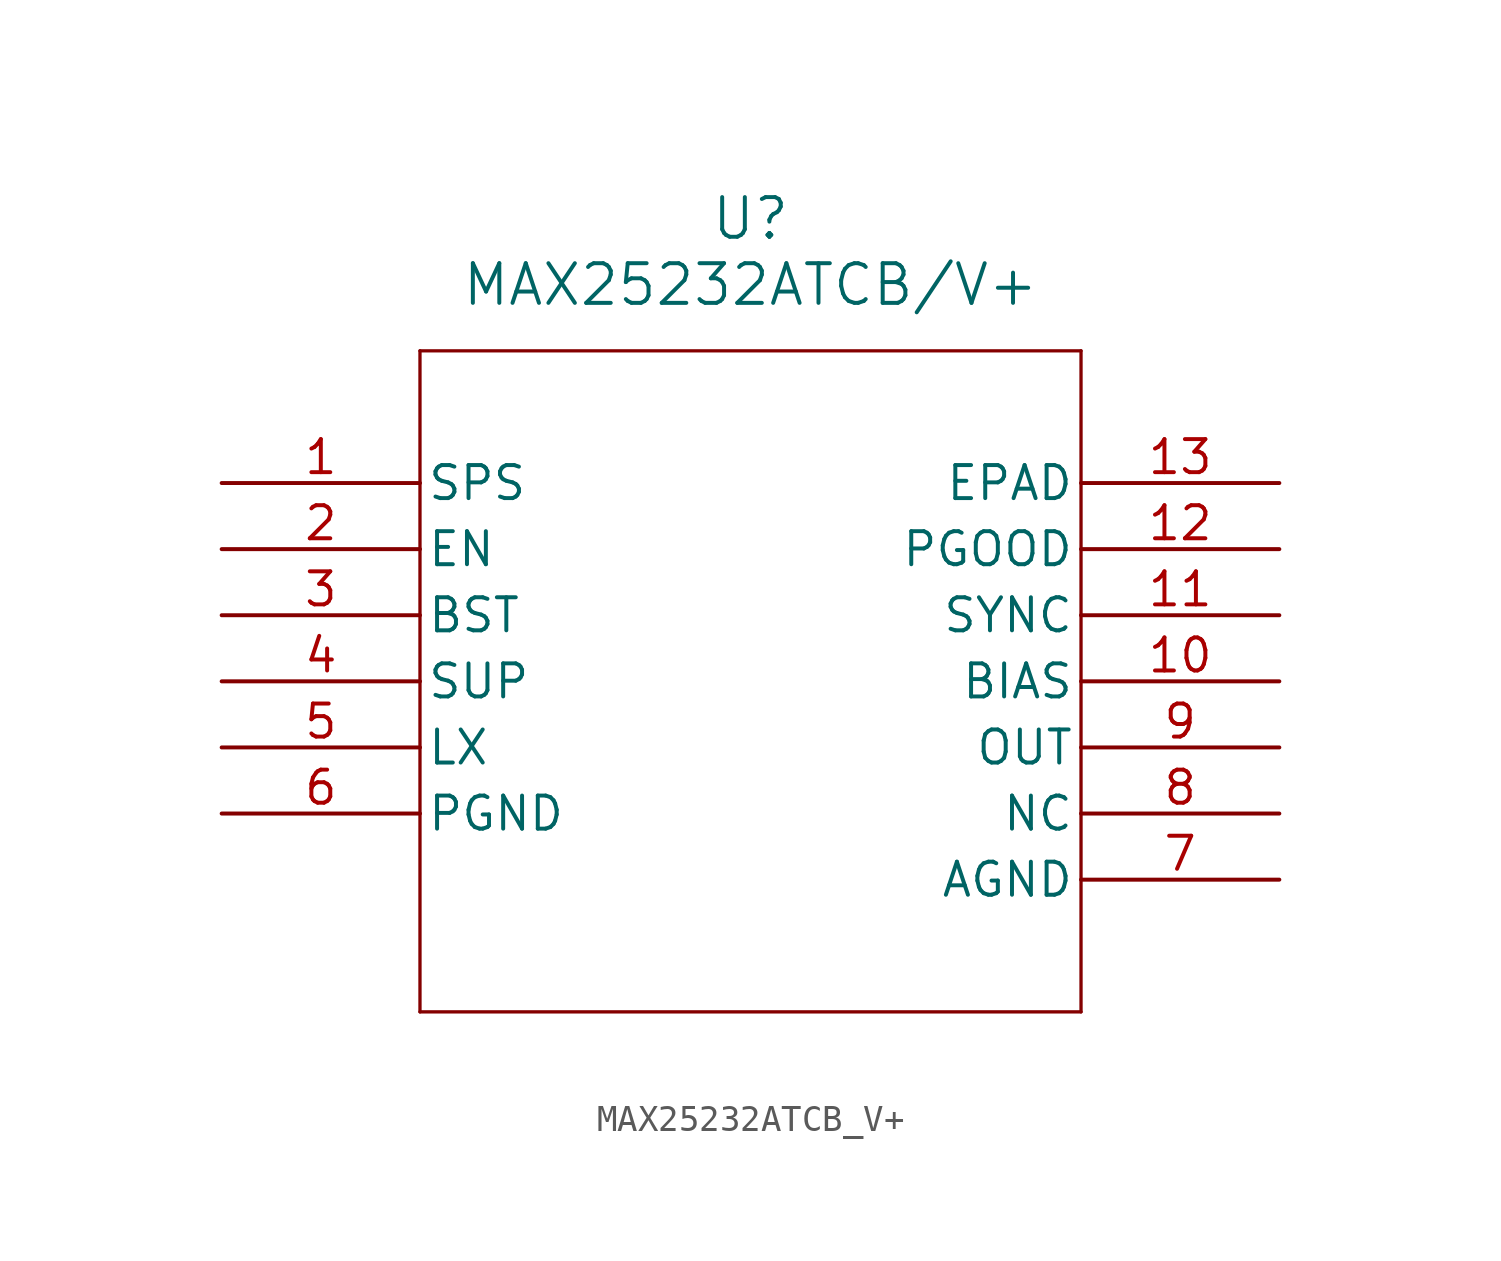
<source format=kicad_sym>
(kicad_symbol_lib
  (version 20211014)
  (generator kicad_symbol_editor)
  (symbol "MAX25232ATCB_V+"
    (pin_names
      (offset 0.254))
    (property "Reference" "U"
      (at 20.32 10.16 0)
      (effects (font (size 1.524 1.524))))
    (property "Value" "MAX25232ATCB/V+"
      (at 20.32 7.62 0)
      (effects (font (size 1.524 1.524))))
    (symbol "MAX25232ATCB_V+_0_1"
      (polyline (pts (xy 7.62 5.08) (xy 7.62 -20.32)) (stroke (width 0.127) (type default) (color 0 0 0 0)) (fill (type none)))
      (polyline (pts (xy 7.62 -20.32) (xy 33.02 -20.32)) (stroke (width 0.127) (type default) (color 0 0 0 0)) (fill (type none)))
      (polyline (pts (xy 33.02 -20.32) (xy 33.02 5.08)) (stroke (width 0.127) (type default) (color 0 0 0 0)) (fill (type none)))
      (polyline (pts (xy 33.02 5.08) (xy 7.62 5.08)) (stroke (width 0.127) (type default) (color 0 0 0 0)) (fill (type none)))
      (pin unspecified line (at 0 0 0) (length 7.62) (name "SPS" (effects (font (size 1.27 1.27)))) (number "1" (effects (font (size 1.27 1.27)))))
      (pin input line (at 0 -2.54 0) (length 7.62) (name "EN" (effects (font (size 1.27 1.27)))) (number "2" (effects (font (size 1.27 1.27)))))
      (pin unspecified line (at 0 -5.08 0) (length 7.62) (name "BST" (effects (font (size 1.27 1.27)))) (number "3" (effects (font (size 1.27 1.27)))))
      (pin input line (at 0 -7.62 0) (length 7.62) (name "SUP" (effects (font (size 1.27 1.27)))) (number "4" (effects (font (size 1.27 1.27)))))
      (pin unspecified line (at 0 -10.16 0) (length 7.62) (name "LX" (effects (font (size 1.27 1.27)))) (number "5" (effects (font (size 1.27 1.27)))))
      (pin power_in line (at 0 -12.7 0) (length 7.62) (name "PGND" (effects (font (size 1.27 1.27)))) (number "6" (effects (font (size 1.27 1.27)))))
      (pin power_in line (at 40.64 -15.24 180) (length 7.62) (name "AGND" (effects (font (size 1.27 1.27)))) (number "7" (effects (font (size 1.27 1.27)))))
      (pin unspecified line (at 40.64 -12.7 180) (length 7.62) (name "NC" (effects (font (size 1.27 1.27)))) (number "8" (effects (font (size 1.27 1.27)))))
      (pin output line (at 40.64 -10.16 180) (length 7.62) (name "OUT" (effects (font (size 1.27 1.27)))) (number "9" (effects (font (size 1.27 1.27)))))
      (pin unspecified line (at 40.64 -7.62 180) (length 7.62) (name "BIAS" (effects (font (size 1.27 1.27)))) (number "10" (effects (font (size 1.27 1.27)))))
      (pin input line (at 40.64 -5.08 180) (length 7.62) (name "SYNC" (effects (font (size 1.27 1.27)))) (number "11" (effects (font (size 1.27 1.27)))))
      (pin output line (at 40.64 -2.54 180) (length 7.62) (name "PGOOD" (effects (font (size 1.27 1.27)))) (number "12" (effects (font (size 1.27 1.27)))))
      (pin power_in line (at 40.64 0 180) (length 7.62) (name "EPAD" (effects (font (size 1.27 1.27)))) (number "13" (effects (font (size 1.27 1.27))))))))
</source>
